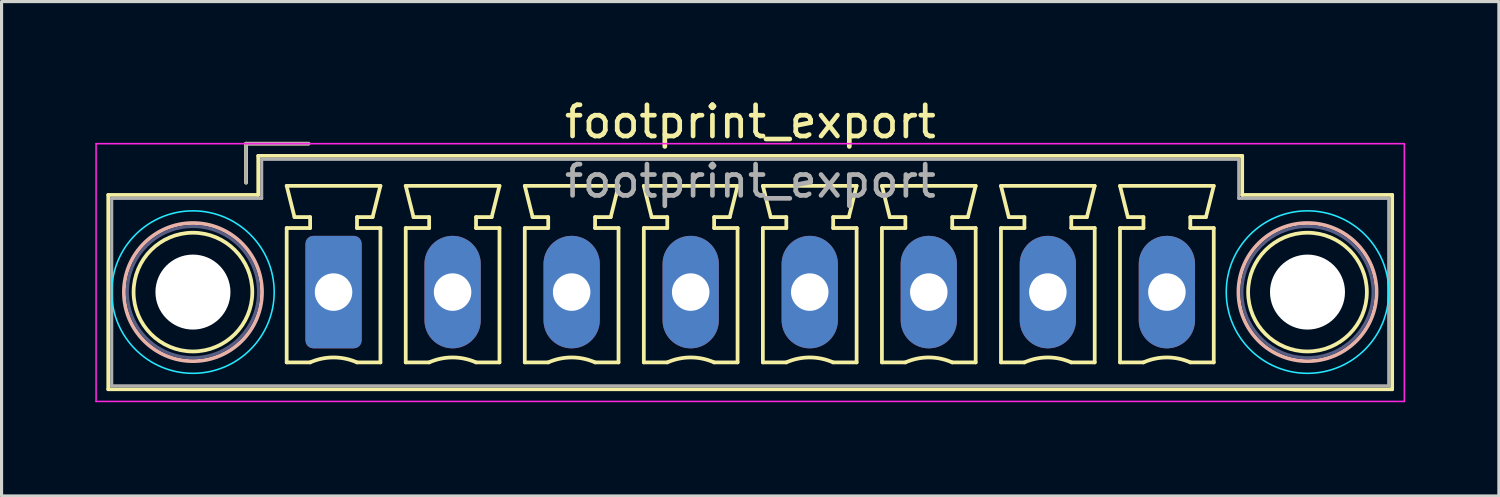
<source format=kicad_pcb>
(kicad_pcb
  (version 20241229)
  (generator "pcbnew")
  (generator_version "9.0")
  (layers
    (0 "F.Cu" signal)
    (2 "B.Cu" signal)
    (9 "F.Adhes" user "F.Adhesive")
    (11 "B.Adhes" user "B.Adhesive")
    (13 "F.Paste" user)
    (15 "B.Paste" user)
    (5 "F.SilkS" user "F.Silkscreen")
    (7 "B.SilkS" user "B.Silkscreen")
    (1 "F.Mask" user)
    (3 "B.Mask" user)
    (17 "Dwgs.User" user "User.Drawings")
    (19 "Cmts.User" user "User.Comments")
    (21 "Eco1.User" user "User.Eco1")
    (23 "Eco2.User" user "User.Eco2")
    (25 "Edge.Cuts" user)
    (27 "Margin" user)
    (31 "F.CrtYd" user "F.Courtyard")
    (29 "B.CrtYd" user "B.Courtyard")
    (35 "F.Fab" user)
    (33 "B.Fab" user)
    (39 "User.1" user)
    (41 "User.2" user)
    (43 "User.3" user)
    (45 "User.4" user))
  (footprint "footprint_export"
    (layer "F.Cu")
    (at 7.625 6.298)
    (property "Reference" "footprint_export" (at 13.34 -5.45 0) (layer "F.SilkS") (effects (font (size 1 1) (thickness 0.15))))
    (attr through_hole)
    (fp_line (start -7.21 -3.11) (end -7.21 3.11) (stroke (width 0.12) (type solid)) (layer "F.SilkS"))
    (fp_line (start -7.21 3.11) (end 33.88 3.11) (stroke (width 0.12) (type solid)) (layer "F.SilkS"))
    (fp_line (start -2.8 -4.75) (end -0.8 -4.75) (stroke (width 0.12) (type solid)) (layer "F.SilkS"))
    (fp_line (start -2.8 -3.5) (end -2.8 -4.75) (stroke (width 0.12) (type solid)) (layer "F.SilkS"))
    (fp_line (start -2.41 -4.36) (end -2.41 -3.11) (stroke (width 0.12) (type solid)) (layer "F.SilkS"))
    (fp_line (start -2.41 -3.11) (end -7.21 -3.11) (stroke (width 0.12) (type solid)) (layer "F.SilkS"))
    (fp_line (start -1.5 -3.4) (end 1.5 -3.4) (stroke (width 0.12) (type solid)) (layer "F.SilkS"))
    (fp_line (start -1.5 -2.05) (end -0.75 -2.05) (stroke (width 0.12) (type solid)) (layer "F.SilkS"))
    (fp_line (start -1.5 2.25) (end -1.5 -2.05) (stroke (width 0.12) (type solid)) (layer "F.SilkS"))
    (fp_line (start -1.25 -2.4) (end -1.5 -3.4) (stroke (width 0.12) (type solid)) (layer "F.SilkS"))
    (fp_line (start -0.75 -2.4) (end -1.25 -2.4) (stroke (width 0.12) (type solid)) (layer "F.SilkS"))
    (fp_line (start -0.75 -2.05) (end -0.75 -2.4) (stroke (width 0.12) (type solid)) (layer "F.SilkS"))
    (fp_line (start -0.75 2.25) (end -1.5 2.25) (stroke (width 0.12) (type solid)) (layer "F.SilkS"))
    (fp_line (start 0.75 -2.4) (end 0.75 -2.05) (stroke (width 0.12) (type solid)) (layer "F.SilkS"))
    (fp_line (start 0.75 -2.05) (end 1.5 -2.05) (stroke (width 0.12) (type solid)) (layer "F.SilkS"))
    (fp_line (start 1.25 -2.4) (end 0.75 -2.4) (stroke (width 0.12) (type solid)) (layer "F.SilkS"))
    (fp_line (start 1.5 -3.4) (end 1.25 -2.4) (stroke (width 0.12) (type solid)) (layer "F.SilkS"))
    (fp_line (start 1.5 -2.05) (end 1.5 2.25) (stroke (width 0.12) (type solid)) (layer "F.SilkS"))
    (fp_line (start 1.5 2.25) (end 0.75 2.25) (stroke (width 0.12) (type solid)) (layer "F.SilkS"))
    (fp_line (start 2.31 -3.4) (end 5.31 -3.4) (stroke (width 0.12) (type solid)) (layer "F.SilkS"))
    (fp_line (start 2.31 -2.05) (end 3.06 -2.05) (stroke (width 0.12) (type solid)) (layer "F.SilkS"))
    (fp_line (start 2.31 2.25) (end 2.31 -2.05) (stroke (width 0.12) (type solid)) (layer "F.SilkS"))
    (fp_line (start 2.56 -2.4) (end 2.31 -3.4) (stroke (width 0.12) (type solid)) (layer "F.SilkS"))
    (fp_line (start 3.06 -2.4) (end 2.56 -2.4) (stroke (width 0.12) (type solid)) (layer "F.SilkS"))
    (fp_line (start 3.06 -2.05) (end 3.06 -2.4) (stroke (width 0.12) (type solid)) (layer "F.SilkS"))
    (fp_line (start 3.06 2.25) (end 2.31 2.25) (stroke (width 0.12) (type solid)) (layer "F.SilkS"))
    (fp_line (start 4.56 -2.4) (end 4.56 -2.05) (stroke (width 0.12) (type solid)) (layer "F.SilkS"))
    (fp_line (start 4.56 -2.05) (end 5.31 -2.05) (stroke (width 0.12) (type solid)) (layer "F.SilkS"))
    (fp_line (start 5.06 -2.4) (end 4.56 -2.4) (stroke (width 0.12) (type solid)) (layer "F.SilkS"))
    (fp_line (start 5.31 -3.4) (end 5.06 -2.4) (stroke (width 0.12) (type solid)) (layer "F.SilkS"))
    (fp_line (start 5.31 -2.05) (end 5.31 2.25) (stroke (width 0.12) (type solid)) (layer "F.SilkS"))
    (fp_line (start 5.31 2.25) (end 4.56 2.25) (stroke (width 0.12) (type solid)) (layer "F.SilkS"))
    (fp_line (start 6.12 -3.4) (end 9.12 -3.4) (stroke (width 0.12) (type solid)) (layer "F.SilkS"))
    (fp_line (start 6.12 -2.05) (end 6.87 -2.05) (stroke (width 0.12) (type solid)) (layer "F.SilkS"))
    (fp_line (start 6.12 2.25) (end 6.12 -2.05) (stroke (width 0.12) (type solid)) (layer "F.SilkS"))
    (fp_line (start 6.37 -2.4) (end 6.12 -3.4) (stroke (width 0.12) (type solid)) (layer "F.SilkS"))
    (fp_line (start 6.87 -2.4) (end 6.37 -2.4) (stroke (width 0.12) (type solid)) (layer "F.SilkS"))
    (fp_line (start 6.87 -2.05) (end 6.87 -2.4) (stroke (width 0.12) (type solid)) (layer "F.SilkS"))
    (fp_line (start 6.87 2.25) (end 6.12 2.25) (stroke (width 0.12) (type solid)) (layer "F.SilkS"))
    (fp_line (start 8.37 -2.4) (end 8.37 -2.05) (stroke (width 0.12) (type solid)) (layer "F.SilkS"))
    (fp_line (start 8.37 -2.05) (end 9.12 -2.05) (stroke (width 0.12) (type solid)) (layer "F.SilkS"))
    (fp_line (start 8.87 -2.4) (end 8.37 -2.4) (stroke (width 0.12) (type solid)) (layer "F.SilkS"))
    (fp_line (start 9.12 -3.4) (end 8.87 -2.4) (stroke (width 0.12) (type solid)) (layer "F.SilkS"))
    (fp_line (start 9.12 -2.05) (end 9.12 2.25) (stroke (width 0.12) (type solid)) (layer "F.SilkS"))
    (fp_line (start 9.12 2.25) (end 8.37 2.25) (stroke (width 0.12) (type solid)) (layer "F.SilkS"))
    (fp_line (start 9.93 -3.4) (end 12.93 -3.4) (stroke (width 0.12) (type solid)) (layer "F.SilkS"))
    (fp_line (start 9.93 -2.05) (end 10.68 -2.05) (stroke (width 0.12) (type solid)) (layer "F.SilkS"))
    (fp_line (start 9.93 2.25) (end 9.93 -2.05) (stroke (width 0.12) (type solid)) (layer "F.SilkS"))
    (fp_line (start 10.18 -2.4) (end 9.93 -3.4) (stroke (width 0.12) (type solid)) (layer "F.SilkS"))
    (fp_line (start 10.68 -2.4) (end 10.18 -2.4) (stroke (width 0.12) (type solid)) (layer "F.SilkS"))
    (fp_line (start 10.68 -2.05) (end 10.68 -2.4) (stroke (width 0.12) (type solid)) (layer "F.SilkS"))
    (fp_line (start 10.68 2.25) (end 9.93 2.25) (stroke (width 0.12) (type solid)) (layer "F.SilkS"))
    (fp_line (start 12.18 -2.4) (end 12.18 -2.05) (stroke (width 0.12) (type solid)) (layer "F.SilkS"))
    (fp_line (start 12.18 -2.05) (end 12.93 -2.05) (stroke (width 0.12) (type solid)) (layer "F.SilkS"))
    (fp_line (start 12.68 -2.4) (end 12.18 -2.4) (stroke (width 0.12) (type solid)) (layer "F.SilkS"))
    (fp_line (start 12.93 -3.4) (end 12.68 -2.4) (stroke (width 0.12) (type solid)) (layer "F.SilkS"))
    (fp_line (start 12.93 -2.05) (end 12.93 2.25) (stroke (width 0.12) (type solid)) (layer "F.SilkS"))
    (fp_line (start 12.93 2.25) (end 12.18 2.25) (stroke (width 0.12) (type solid)) (layer "F.SilkS"))
    (fp_line (start 13.74 -3.4) (end 16.74 -3.4) (stroke (width 0.12) (type solid)) (layer "F.SilkS"))
    (fp_line (start 13.74 -2.05) (end 14.49 -2.05) (stroke (width 0.12) (type solid)) (layer "F.SilkS"))
    (fp_line (start 13.74 2.25) (end 13.74 -2.05) (stroke (width 0.12) (type solid)) (layer "F.SilkS"))
    (fp_line (start 13.99 -2.4) (end 13.74 -3.4) (stroke (width 0.12) (type solid)) (layer "F.SilkS"))
    (fp_line (start 14.49 -2.4) (end 13.99 -2.4) (stroke (width 0.12) (type solid)) (layer "F.SilkS"))
    (fp_line (start 14.49 -2.05) (end 14.49 -2.4) (stroke (width 0.12) (type solid)) (layer "F.SilkS"))
    (fp_line (start 14.49 2.25) (end 13.74 2.25) (stroke (width 0.12) (type solid)) (layer "F.SilkS"))
    (fp_line (start 15.99 -2.4) (end 15.99 -2.05) (stroke (width 0.12) (type solid)) (layer "F.SilkS"))
    (fp_line (start 15.99 -2.05) (end 16.74 -2.05) (stroke (width 0.12) (type solid)) (layer "F.SilkS"))
    (fp_line (start 16.49 -2.4) (end 15.99 -2.4) (stroke (width 0.12) (type solid)) (layer "F.SilkS"))
    (fp_line (start 16.74 -3.4) (end 16.49 -2.4) (stroke (width 0.12) (type solid)) (layer "F.SilkS"))
    (fp_line (start 16.74 -2.05) (end 16.74 2.25) (stroke (width 0.12) (type solid)) (layer "F.SilkS"))
    (fp_line (start 16.74 2.25) (end 15.99 2.25) (stroke (width 0.12) (type solid)) (layer "F.SilkS"))
    (fp_line (start 17.55 -3.4) (end 20.55 -3.4) (stroke (width 0.12) (type solid)) (layer "F.SilkS"))
    (fp_line (start 17.55 -2.05) (end 18.3 -2.05) (stroke (width 0.12) (type solid)) (layer "F.SilkS"))
    (fp_line (start 17.55 2.25) (end 17.55 -2.05) (stroke (width 0.12) (type solid)) (layer "F.SilkS"))
    (fp_line (start 17.8 -2.4) (end 17.55 -3.4) (stroke (width 0.12) (type solid)) (layer "F.SilkS"))
    (fp_line (start 18.3 -2.4) (end 17.8 -2.4) (stroke (width 0.12) (type solid)) (layer "F.SilkS"))
    (fp_line (start 18.3 -2.05) (end 18.3 -2.4) (stroke (width 0.12) (type solid)) (layer "F.SilkS"))
    (fp_line (start 18.3 2.25) (end 17.55 2.25) (stroke (width 0.12) (type solid)) (layer "F.SilkS"))
    (fp_line (start 19.8 -2.4) (end 19.8 -2.05) (stroke (width 0.12) (type solid)) (layer "F.SilkS"))
    (fp_line (start 19.8 -2.05) (end 20.55 -2.05) (stroke (width 0.12) (type solid)) (layer "F.SilkS"))
    (fp_line (start 20.3 -2.4) (end 19.8 -2.4) (stroke (width 0.12) (type solid)) (layer "F.SilkS"))
    (fp_line (start 20.55 -3.4) (end 20.3 -2.4) (stroke (width 0.12) (type solid)) (layer "F.SilkS"))
    (fp_line (start 20.55 -2.05) (end 20.55 2.25) (stroke (width 0.12) (type solid)) (layer "F.SilkS"))
    (fp_line (start 20.55 2.25) (end 19.8 2.25) (stroke (width 0.12) (type solid)) (layer "F.SilkS"))
    (fp_line (start 21.36 -3.4) (end 24.36 -3.4) (stroke (width 0.12) (type solid)) (layer "F.SilkS"))
    (fp_line (start 21.36 -2.05) (end 22.11 -2.05) (stroke (width 0.12) (type solid)) (layer "F.SilkS"))
    (fp_line (start 21.36 2.25) (end 21.36 -2.05) (stroke (width 0.12) (type solid)) (layer "F.SilkS"))
    (fp_line (start 21.61 -2.4) (end 21.36 -3.4) (stroke (width 0.12) (type solid)) (layer "F.SilkS"))
    (fp_line (start 22.11 -2.4) (end 21.61 -2.4) (stroke (width 0.12) (type solid)) (layer "F.SilkS"))
    (fp_line (start 22.11 -2.05) (end 22.11 -2.4) (stroke (width 0.12) (type solid)) (layer "F.SilkS"))
    (fp_line (start 22.11 2.25) (end 21.36 2.25) (stroke (width 0.12) (type solid)) (layer "F.SilkS"))
    (fp_line (start 23.61 -2.4) (end 23.61 -2.05) (stroke (width 0.12) (type solid)) (layer "F.SilkS"))
    (fp_line (start 23.61 -2.05) (end 24.36 -2.05) (stroke (width 0.12) (type solid)) (layer "F.SilkS"))
    (fp_line (start 24.11 -2.4) (end 23.61 -2.4) (stroke (width 0.12) (type solid)) (layer "F.SilkS"))
    (fp_line (start 24.36 -3.4) (end 24.11 -2.4) (stroke (width 0.12) (type solid)) (layer "F.SilkS"))
    (fp_line (start 24.36 -2.05) (end 24.36 2.25) (stroke (width 0.12) (type solid)) (layer "F.SilkS"))
    (fp_line (start 24.36 2.25) (end 23.61 2.25) (stroke (width 0.12) (type solid)) (layer "F.SilkS"))
    (fp_line (start 25.17 -3.4) (end 28.17 -3.4) (stroke (width 0.12) (type solid)) (layer "F.SilkS"))
    (fp_line (start 25.17 -2.05) (end 25.92 -2.05) (stroke (width 0.12) (type solid)) (layer "F.SilkS"))
    (fp_line (start 25.17 2.25) (end 25.17 -2.05) (stroke (width 0.12) (type solid)) (layer "F.SilkS"))
    (fp_line (start 25.42 -2.4) (end 25.17 -3.4) (stroke (width 0.12) (type solid)) (layer "F.SilkS"))
    (fp_line (start 25.92 -2.4) (end 25.42 -2.4) (stroke (width 0.12) (type solid)) (layer "F.SilkS"))
    (fp_line (start 25.92 -2.05) (end 25.92 -2.4) (stroke (width 0.12) (type solid)) (layer "F.SilkS"))
    (fp_line (start 25.92 2.25) (end 25.17 2.25) (stroke (width 0.12) (type solid)) (layer "F.SilkS"))
    (fp_line (start 27.42 -2.4) (end 27.42 -2.05) (stroke (width 0.12) (type solid)) (layer "F.SilkS"))
    (fp_line (start 27.42 -2.05) (end 28.17 -2.05) (stroke (width 0.12) (type solid)) (layer "F.SilkS"))
    (fp_line (start 27.92 -2.4) (end 27.42 -2.4) (stroke (width 0.12) (type solid)) (layer "F.SilkS"))
    (fp_line (start 28.17 -3.4) (end 27.92 -2.4) (stroke (width 0.12) (type solid)) (layer "F.SilkS"))
    (fp_line (start 28.17 -2.05) (end 28.17 2.25) (stroke (width 0.12) (type solid)) (layer "F.SilkS"))
    (fp_line (start 28.17 2.25) (end 27.42 2.25) (stroke (width 0.12) (type solid)) (layer "F.SilkS"))
    (fp_line (start 29.08 -4.36) (end -2.41 -4.36) (stroke (width 0.12) (type solid)) (layer "F.SilkS"))
    (fp_line (start 29.08 -3.11) (end 29.08 -4.36) (stroke (width 0.12) (type solid)) (layer "F.SilkS"))
    (fp_line (start 33.88 -3.11) (end 29.08 -3.11) (stroke (width 0.12) (type solid)) (layer "F.SilkS"))
    (fp_line (start 33.88 3.11) (end 33.88 -3.11) (stroke (width 0.12) (type solid)) (layer "F.SilkS"))
    (fp_arc (start -0.75 2.25) (mid -0.000193 2.09191) (end 0.749647 2.249844) (stroke (width 0.12) (type solid)) (layer "F.SilkS"))
    (fp_arc (start 3.06 2.25) (mid 3.809807 2.09191) (end 4.559647 2.249844) (stroke (width 0.12) (type solid)) (layer "F.SilkS"))
    (fp_arc (start 6.87 2.25) (mid 7.619807 2.09191) (end 8.369647 2.249844) (stroke (width 0.12) (type solid)) (layer "F.SilkS"))
    (fp_arc (start 10.68 2.25) (mid 11.429807 2.09191) (end 12.179647 2.249844) (stroke (width 0.12) (type solid)) (layer "F.SilkS"))
    (fp_arc (start 14.49 2.25) (mid 15.239807 2.09191) (end 15.989647 2.249844) (stroke (width 0.12) (type solid)) (layer "F.SilkS"))
    (fp_arc (start 18.3 2.25) (mid 19.049807 2.09191) (end 19.799647 2.249844) (stroke (width 0.12) (type solid)) (layer "F.SilkS"))
    (fp_arc (start 22.11 2.25) (mid 22.859807 2.09191) (end 23.609647 2.249844) (stroke (width 0.12) (type solid)) (layer "F.SilkS"))
    (fp_arc (start 25.92 2.25) (mid 26.669807 2.09191) (end 27.419647 2.249844) (stroke (width 0.12) (type solid)) (layer "F.SilkS"))
    (fp_circle (center -4.5 0) (end -2.6 0) (stroke (width 0.12) (type solid)) (fill no) (layer "F.SilkS"))
    (fp_circle (center 31.17 0) (end 33.07 0) (stroke (width 0.12) (type solid)) (fill no) (layer "F.SilkS"))
    (fp_circle (center -4.5 0) (end -2.29 0) (stroke (width 0.12) (type solid)) (fill no) (layer "B.SilkS"))
    (fp_circle (center 31.17 0) (end 33.38 0) (stroke (width 0.12) (type solid)) (fill no) (layer "B.SilkS"))
    (fp_circle (center -4.5 0) (end -1.9 0) (stroke (width 0.05) (type solid)) (fill no) (layer "B.CrtYd"))
    (fp_circle (center 31.17 0) (end 33.77 0) (stroke (width 0.05) (type solid)) (fill no) (layer "B.CrtYd"))
    (fp_line (start -7.6 -4.75) (end -7.6 3.5) (stroke (width 0.05) (type solid)) (layer "F.CrtYd"))
    (fp_line (start -7.6 3.5) (end 34.27 3.5) (stroke (width 0.05) (type solid)) (layer "F.CrtYd"))
    (fp_line (start 34.27 -4.75) (end -7.6 -4.75) (stroke (width 0.05) (type solid)) (layer "F.CrtYd"))
    (fp_line (start 34.27 3.5) (end 34.27 -4.75) (stroke (width 0.05) (type solid)) (layer "F.CrtYd"))
    (fp_circle (center -4.5 0) (end -2.4 0) (stroke (width 0.1) (type solid)) (fill no) (layer "B.Fab"))
    (fp_circle (center 31.17 0) (end 33.27 0) (stroke (width 0.1) (type solid)) (fill no) (layer "B.Fab"))
    (fp_line (start -7.1 -3) (end -7.1 3) (stroke (width 0.1) (type solid)) (layer "F.Fab"))
    (fp_line (start -7.1 3) (end 33.77 3) (stroke (width 0.1) (type solid)) (layer "F.Fab"))
    (fp_line (start -2.8 -4.75) (end -0.8 -4.75) (stroke (width 0.1) (type solid)) (layer "F.Fab"))
    (fp_line (start -2.8 -3.5) (end -2.8 -4.75) (stroke (width 0.1) (type solid)) (layer "F.Fab"))
    (fp_line (start -2.3 -4.25) (end -2.3 -3) (stroke (width 0.1) (type solid)) (layer "F.Fab"))
    (fp_line (start -2.3 -3) (end -7.1 -3) (stroke (width 0.1) (type solid)) (layer "F.Fab"))
    (fp_line (start 28.97 -4.25) (end -2.3 -4.25) (stroke (width 0.1) (type solid)) (layer "F.Fab"))
    (fp_line (start 28.97 -3) (end 28.97 -4.25) (stroke (width 0.1) (type solid)) (layer "F.Fab"))
    (fp_line (start 33.77 -3) (end 28.97 -3) (stroke (width 0.1) (type solid)) (layer "F.Fab"))
    (fp_line (start 33.77 3) (end 33.77 -3) (stroke (width 0.1) (type solid)) (layer "F.Fab"))
    (fp_text user "${REFERENCE}" (at 13.34 -3.55 0) (layer "F.Fab") (effects (font (size 1 1) (thickness 0.15))))
    (pad "" np_thru_hole circle (at -4.5 0) (size 2.4 2.4) (drill 2.4) (layers "*.Cu" "*.Mask"))
    (pad "" np_thru_hole circle (at 31.17 0) (size 2.4 2.4) (drill 2.4) (layers "*.Cu" "*.Mask"))
    (pad "1" thru_hole roundrect (at 0 0) (size 1.8 3.6) (drill 1.2) (layers "*.Cu" "*.Mask") (roundrect_rratio 0.139))
    (pad "2" thru_hole oval (at 3.81 0) (size 1.8 3.6) (drill 1.2) (layers "*.Cu" "*.Mask"))
    (pad "3" thru_hole oval (at 7.62 0) (size 1.8 3.6) (drill 1.2) (layers "*.Cu" "*.Mask"))
    (pad "4" thru_hole oval (at 11.43 0) (size 1.8 3.6) (drill 1.2) (layers "*.Cu" "*.Mask"))
    (pad "5" thru_hole oval (at 15.24 0) (size 1.8 3.6) (drill 1.2) (layers "*.Cu" "*.Mask"))
    (pad "6" thru_hole oval (at 19.05 0) (size 1.8 3.6) (drill 1.2) (layers "*.Cu" "*.Mask"))
    (pad "7" thru_hole oval (at 22.86 0) (size 1.8 3.6) (drill 1.2) (layers "*.Cu" "*.Mask"))
    (pad "8" thru_hole oval (at 26.67 0) (size 1.8 3.6) (drill 1.2) (layers "*.Cu" "*.Mask")))
  (gr_rect
    (start -3 -3)
    (end 44.92 12.823)
    (stroke (width 0.1) (type default))
    (fill no)
    (layer "Edge.Cuts")))
</source>
